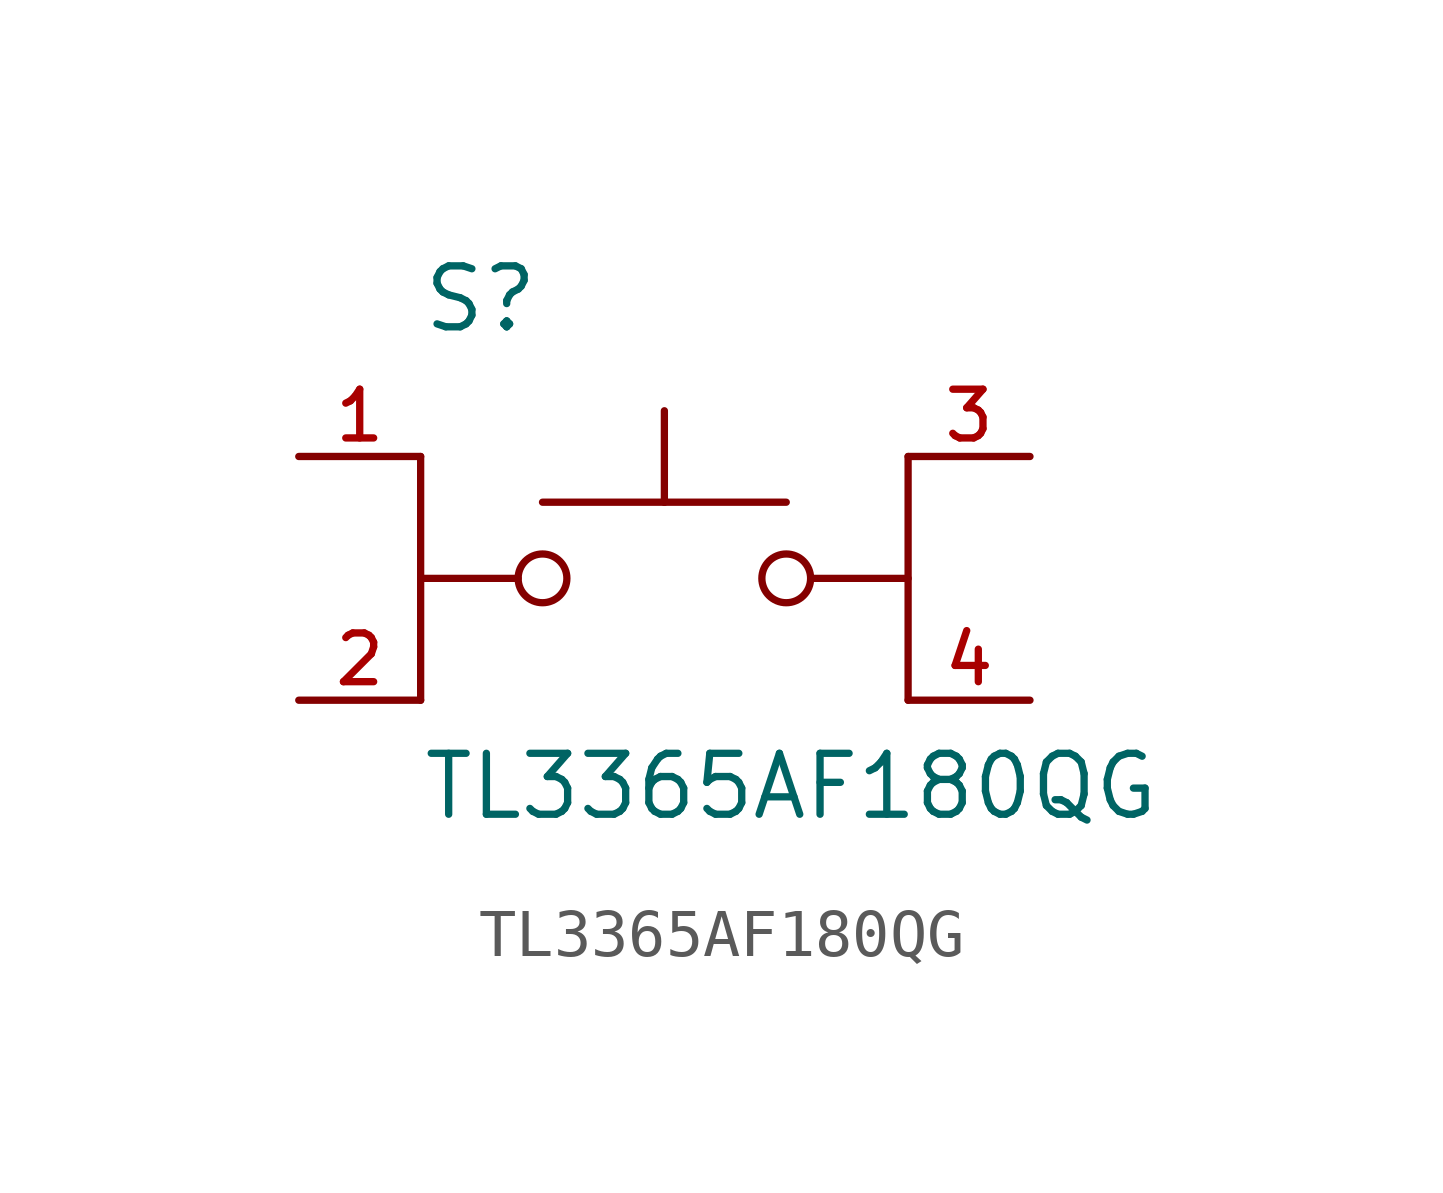
<source format=kicad_sym>
(kicad_symbol_lib
  (version 20241209)
  (generator "kicad_symbol_editor")
  (generator_version "9.0")
  (symbol "TL3365AF180QG"
    (pin_names
      (offset 1.016))
    (property "Reference" "S"
      (at -5.08 5.08 0)
      (effects (font (size 1.27 1.27)) (justify left bottom)))
    (property "Value" "TL3365AF180QG"
      (at -5.08 -5.08 0)
      (effects (font (size 1.27 1.27)) (justify left bottom)))
    (symbol "TL3365AF180QG_0_0"
      (polyline (pts (xy -5.08 2.54) (xy -5.08 -2.54)) (stroke (width 0.152) (type default)) (fill (type none)))
      (polyline (pts (xy -5.08 0) (xy -3.048 0)) (stroke (width 0.152) (type default)) (fill (type none)))
      (polyline (pts (xy -2.54 1.587) (xy 0 1.587)) (stroke (width 0.152) (type default)) (fill (type none)))
      (circle (center -2.54 0) (radius 0.508) (stroke (width 0.152) (type default)) (fill (type none)))
      (polyline (pts (xy 0 1.587) (xy 0 3.493)) (stroke (width 0.152) (type default)) (fill (type none)))
      (polyline (pts (xy 0 1.587) (xy 2.54 1.587)) (stroke (width 0.152) (type default)) (fill (type none)))
      (circle (center 2.54 0) (radius 0.508) (stroke (width 0.152) (type default)) (fill (type none)))
      (polyline (pts (xy 5.08 2.54) (xy 5.08 -2.54)) (stroke (width 0.152) (type default)) (fill (type none)))
      (polyline (pts (xy 5.08 0) (xy 3.048 0)) (stroke (width 0.152) (type default)) (fill (type none)))
      (pin passive line (at -7.62 2.54 0) (length 2.54) (name "~" (effects (font (size 1.016 1.016)))) (number "1" (effects (font (size 1.016 1.016)))))
      (pin passive line (at -7.62 -2.54 0) (length 2.54) (name "~" (effects (font (size 1.016 1.016)))) (number "2" (effects (font (size 1.016 1.016)))))
      (pin passive line (at 7.62 2.54 180) (length 2.54) (name "~" (effects (font (size 1.016 1.016)))) (number "3" (effects (font (size 1.016 1.016)))))
      (pin passive line (at 7.62 -2.54 180) (length 2.54) (name "~" (effects (font (size 1.016 1.016)))) (number "4" (effects (font (size 1.016 1.016))))))))
</source>
